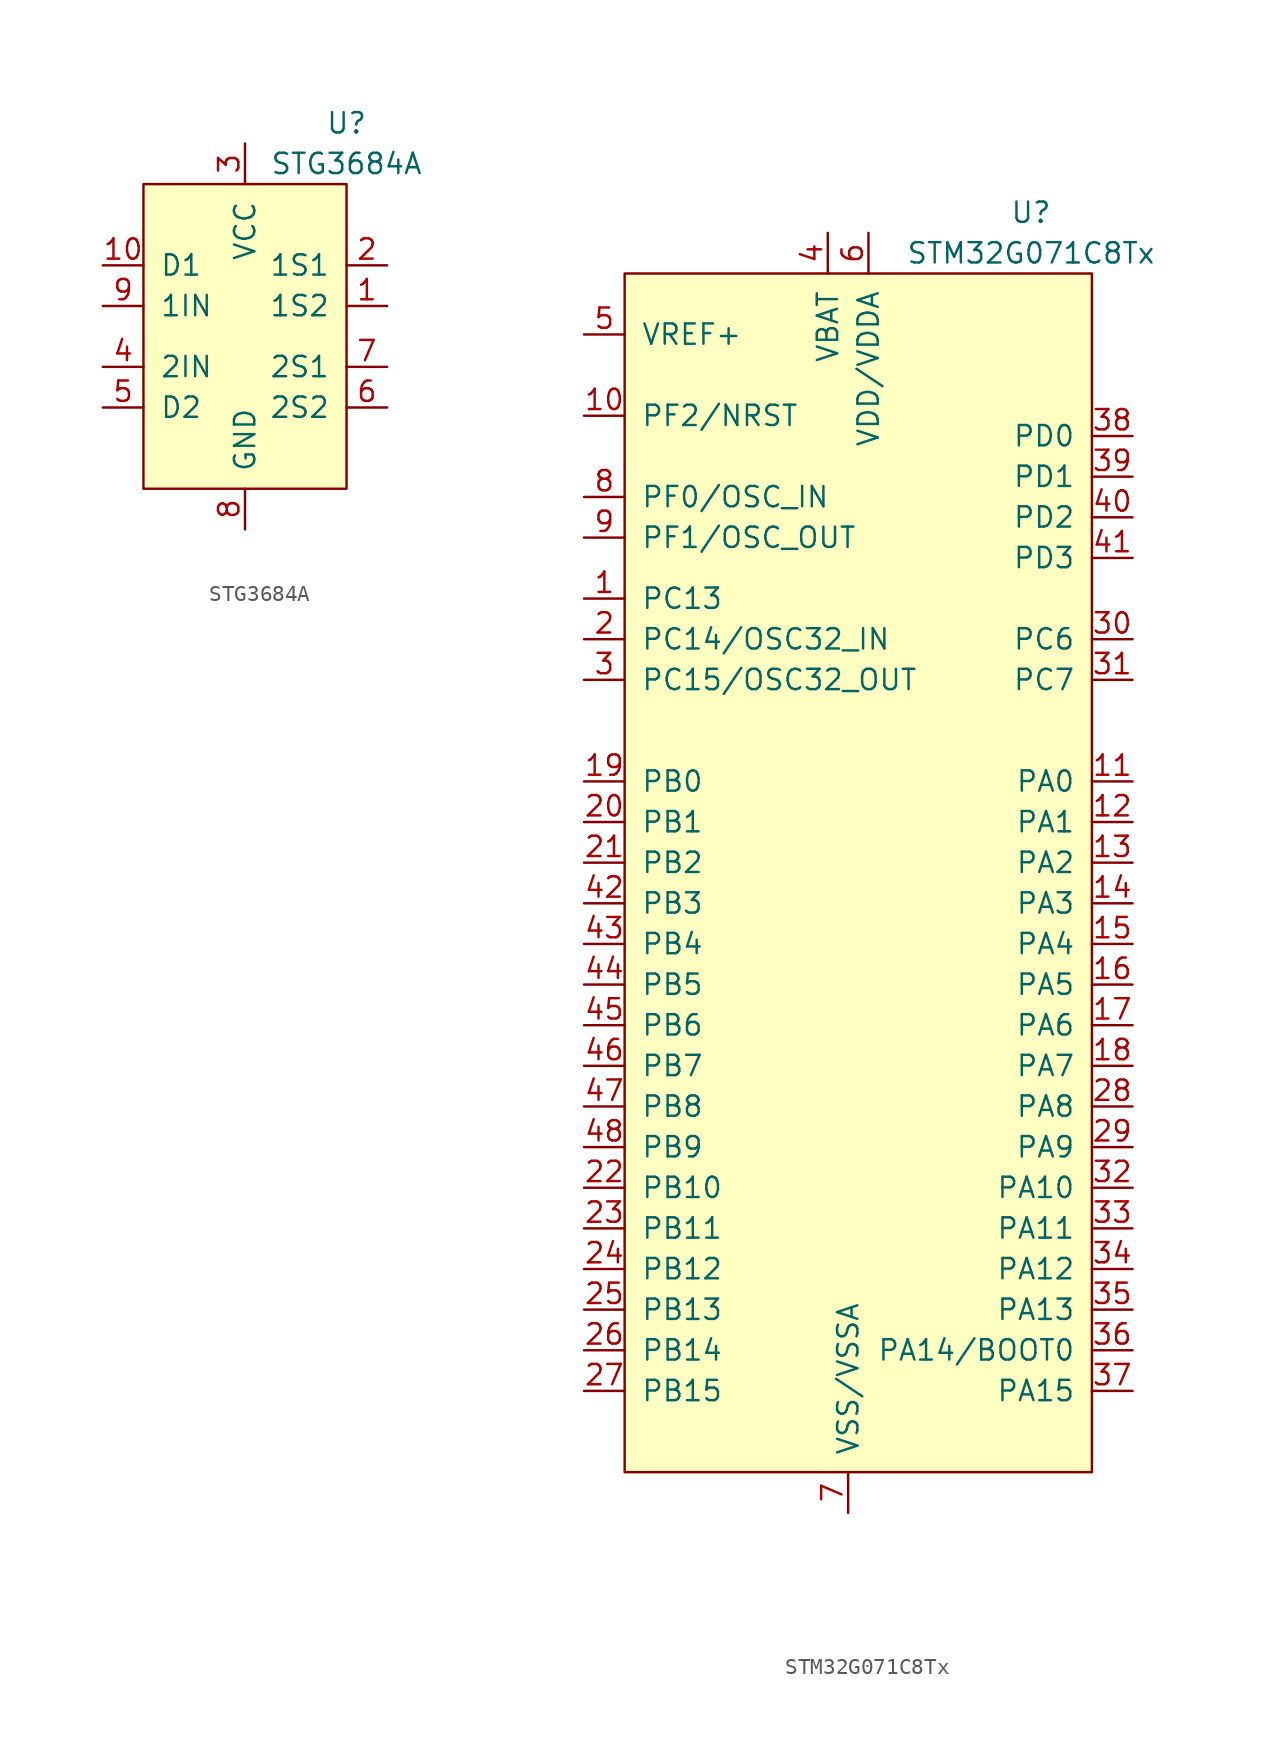
<source format=kicad_sym>
(kicad_symbol_lib
  (version 20231120)
  (generator "kicad_symbol_editor")
  (generator_version "8.0")
  (symbol "STG3684A"
    (pin_names
      (offset 1.016))
    (property "Reference" "U"
      (at 6.35 12.7 0)
      (effects (font (size 1.27 1.27))))
    (property "Value" "STG3684A"
      (at 6.35 10.16 0)
      (effects (font (size 1.27 1.27))))
    (symbol "STG3684A_0_1"
      (rectangle (start -6.35 -10.16) (end 6.35 8.89) (stroke (width 0) (type solid)) (fill (type background))))
    (symbol "STG3684A_1_1"
      (pin input line (at 8.89 1.27 180) (length 2.54) (name "1S2" (effects (font (size 1.27 1.27)))) (number "1" (effects (font (size 1.27 1.27)))))
      (pin input line (at -8.89 3.81 0) (length 2.54) (name "D1" (effects (font (size 1.27 1.27)))) (number "10" (effects (font (size 1.27 1.27)))))
      (pin input line (at 8.89 3.81 180) (length 2.54) (name "1S1" (effects (font (size 1.27 1.27)))) (number "2" (effects (font (size 1.27 1.27)))))
      (pin input line (at 0 11.43 270) (length 2.54) (name "VCC" (effects (font (size 1.27 1.27)))) (number "3" (effects (font (size 1.27 1.27)))))
      (pin input line (at -8.89 -2.54 0) (length 2.54) (name "2IN" (effects (font (size 1.27 1.27)))) (number "4" (effects (font (size 1.27 1.27)))))
      (pin input line (at -8.89 -5.08 0) (length 2.54) (name "D2" (effects (font (size 1.27 1.27)))) (number "5" (effects (font (size 1.27 1.27)))))
      (pin input line (at 8.89 -5.08 180) (length 2.54) (name "2S2" (effects (font (size 1.27 1.27)))) (number "6" (effects (font (size 1.27 1.27)))))
      (pin input line (at 8.89 -2.54 180) (length 2.54) (name "2S1" (effects (font (size 1.27 1.27)))) (number "7" (effects (font (size 1.27 1.27)))))
      (pin input line (at 0 -12.7 90) (length 2.54) (name "GND" (effects (font (size 1.27 1.27)))) (number "8" (effects (font (size 1.27 1.27)))))
      (pin input line (at -8.89 1.27 0) (length 2.54) (name "1IN" (effects (font (size 1.27 1.27)))) (number "9" (effects (font (size 1.27 1.27)))))))
  (symbol "STM32G071C8Tx"
    (pin_names
      (offset 1.016))
    (property "Reference" "U"
      (at 11.43 44.45 0)
      (effects (font (size 1.27 1.27))))
    (property "Value" "STM32G071C8Tx"
      (at 11.43 41.91 0)
      (effects (font (size 1.27 1.27))))
    (symbol "STM32G071C8Tx_0_0"
      (pin input line (at -16.51 31.75 0) (length 2.54) (name "PF2/NRST" (effects (font (size 1.27 1.27)))) (number "10" (effects (font (size 1.27 1.27)))))
      (pin input line (at 17.78 8.89 180) (length 2.54) (name "PA0" (effects (font (size 1.27 1.27)))) (number "11" (effects (font (size 1.27 1.27)))))
      (pin input line (at 17.78 6.35 180) (length 2.54) (name "PA1" (effects (font (size 1.27 1.27)))) (number "12" (effects (font (size 1.27 1.27)))))
      (pin input line (at 17.78 3.81 180) (length 2.54) (name "PA2" (effects (font (size 1.27 1.27)))) (number "13" (effects (font (size 1.27 1.27)))))
      (pin input line (at 17.78 1.27 180) (length 2.54) (name "PA3" (effects (font (size 1.27 1.27)))) (number "14" (effects (font (size 1.27 1.27)))))
      (pin input line (at 17.78 -1.27 180) (length 2.54) (name "PA4" (effects (font (size 1.27 1.27)))) (number "15" (effects (font (size 1.27 1.27)))))
      (pin input line (at 17.78 -3.81 180) (length 2.54) (name "PA5" (effects (font (size 1.27 1.27)))) (number "16" (effects (font (size 1.27 1.27)))))
      (pin input line (at 17.78 -6.35 180) (length 2.54) (name "PA6" (effects (font (size 1.27 1.27)))) (number "17" (effects (font (size 1.27 1.27)))))
      (pin input line (at 17.78 -8.89 180) (length 2.54) (name "PA7" (effects (font (size 1.27 1.27)))) (number "18" (effects (font (size 1.27 1.27)))))
      (pin input line (at -16.51 8.89 0) (length 2.54) (name "PB0" (effects (font (size 1.27 1.27)))) (number "19" (effects (font (size 1.27 1.27)))))
      (pin input line (at -16.51 6.35 0) (length 2.54) (name "PB1" (effects (font (size 1.27 1.27)))) (number "20" (effects (font (size 1.27 1.27)))))
      (pin input line (at -16.51 3.81 0) (length 2.54) (name "PB2" (effects (font (size 1.27 1.27)))) (number "21" (effects (font (size 1.27 1.27)))))
      (pin input line (at -16.51 -16.51 0) (length 2.54) (name "PB10" (effects (font (size 1.27 1.27)))) (number "22" (effects (font (size 1.27 1.27)))))
      (pin input line (at -16.51 -19.05 0) (length 2.54) (name "PB11" (effects (font (size 1.27 1.27)))) (number "23" (effects (font (size 1.27 1.27)))))
      (pin input line (at -16.51 -21.59 0) (length 2.54) (name "PB12" (effects (font (size 1.27 1.27)))) (number "24" (effects (font (size 1.27 1.27)))))
      (pin input line (at -16.51 -24.13 0) (length 2.54) (name "PB13" (effects (font (size 1.27 1.27)))) (number "25" (effects (font (size 1.27 1.27)))))
      (pin input line (at -16.51 -26.67 0) (length 2.54) (name "PB14" (effects (font (size 1.27 1.27)))) (number "26" (effects (font (size 1.27 1.27)))))
      (pin input line (at -16.51 -29.21 0) (length 2.54) (name "PB15" (effects (font (size 1.27 1.27)))) (number "27" (effects (font (size 1.27 1.27)))))
      (pin input line (at 17.78 -11.43 180) (length 2.54) (name "PA8" (effects (font (size 1.27 1.27)))) (number "28" (effects (font (size 1.27 1.27)))))
      (pin input line (at 17.78 -13.97 180) (length 2.54) (name "PA9" (effects (font (size 1.27 1.27)))) (number "29" (effects (font (size 1.27 1.27)))))
      (pin input line (at 17.78 17.78 180) (length 2.54) (name "PC6" (effects (font (size 1.27 1.27)))) (number "30" (effects (font (size 1.27 1.27)))))
      (pin input line (at 17.78 15.24 180) (length 2.54) (name "PC7" (effects (font (size 1.27 1.27)))) (number "31" (effects (font (size 1.27 1.27)))))
      (pin input line (at 17.78 -16.51 180) (length 2.54) (name "PA10" (effects (font (size 1.27 1.27)))) (number "32" (effects (font (size 1.27 1.27)))))
      (pin input line (at 17.78 -19.05 180) (length 2.54) (name "PA11" (effects (font (size 1.27 1.27)))) (number "33" (effects (font (size 1.27 1.27)))))
      (pin input line (at 17.78 -21.59 180) (length 2.54) (name "PA12" (effects (font (size 1.27 1.27)))) (number "34" (effects (font (size 1.27 1.27)))))
      (pin input line (at 17.78 -24.13 180) (length 2.54) (name "PA13" (effects (font (size 1.27 1.27)))) (number "35" (effects (font (size 1.27 1.27)))))
      (pin input line (at 17.78 -26.67 180) (length 2.54) (name "PA14/BOOT0" (effects (font (size 1.27 1.27)))) (number "36" (effects (font (size 1.27 1.27)))))
      (pin input line (at 17.78 -29.21 180) (length 2.54) (name "PA15" (effects (font (size 1.27 1.27)))) (number "37" (effects (font (size 1.27 1.27)))))
      (pin input line (at 17.78 30.48 180) (length 2.54) (name "PD0" (effects (font (size 1.27 1.27)))) (number "38" (effects (font (size 1.27 1.27)))))
      (pin input line (at 17.78 27.94 180) (length 2.54) (name "PD1" (effects (font (size 1.27 1.27)))) (number "39" (effects (font (size 1.27 1.27)))))
      (pin input line (at 17.78 25.4 180) (length 2.54) (name "PD2" (effects (font (size 1.27 1.27)))) (number "40" (effects (font (size 1.27 1.27)))))
      (pin input line (at 17.78 22.86 180) (length 2.54) (name "PD3" (effects (font (size 1.27 1.27)))) (number "41" (effects (font (size 1.27 1.27)))))
      (pin input line (at -16.51 1.27 0) (length 2.54) (name "PB3" (effects (font (size 1.27 1.27)))) (number "42" (effects (font (size 1.27 1.27)))))
      (pin input line (at -16.51 -1.27 0) (length 2.54) (name "PB4" (effects (font (size 1.27 1.27)))) (number "43" (effects (font (size 1.27 1.27)))))
      (pin input line (at -16.51 -3.81 0) (length 2.54) (name "PB5" (effects (font (size 1.27 1.27)))) (number "44" (effects (font (size 1.27 1.27)))))
      (pin input line (at -16.51 -6.35 0) (length 2.54) (name "PB6" (effects (font (size 1.27 1.27)))) (number "45" (effects (font (size 1.27 1.27)))))
      (pin input line (at -16.51 -8.89 0) (length 2.54) (name "PB7" (effects (font (size 1.27 1.27)))) (number "46" (effects (font (size 1.27 1.27)))))
      (pin input line (at -16.51 -11.43 0) (length 2.54) (name "PB8" (effects (font (size 1.27 1.27)))) (number "47" (effects (font (size 1.27 1.27)))))
      (pin input line (at -16.51 -13.97 0) (length 2.54) (name "PB9" (effects (font (size 1.27 1.27)))) (number "48" (effects (font (size 1.27 1.27)))))
      (pin input line (at -16.51 36.83 0) (length 2.54) (name "VREF+" (effects (font (size 1.27 1.27)))) (number "5" (effects (font (size 1.27 1.27)))))
      (pin power_in line (at 1.27 43.18 270) (length 2.54) (name "VDD/VDDA" (effects (font (size 1.27 1.27)))) (number "6" (effects (font (size 1.27 1.27)))))
      (pin power_in line (at 0 -36.83 90) (length 2.54) (name "VSS/VSSA" (effects (font (size 1.27 1.27)))) (number "7" (effects (font (size 1.27 1.27)))))
      (pin input line (at -16.51 24.13 0) (length 2.54) (name "PF1/OSC_OUT" (effects (font (size 1.27 1.27)))) (number "9" (effects (font (size 1.27 1.27))))))
    (symbol "STM32G071C8Tx_0_1"
      (rectangle (start -13.97 40.64) (end 15.24 -34.29) (stroke (width 0) (type solid)) (fill (type background))))
    (symbol "STM32G071C8Tx_1_1"
      (pin input line (at -16.51 20.32 0) (length 2.54) (name "PC13" (effects (font (size 1.27 1.27)))) (number "1" (effects (font (size 1.27 1.27)))))
      (pin input line (at -16.51 17.78 0) (length 2.54) (name "PC14/OSC32_IN" (effects (font (size 1.27 1.27)))) (number "2" (effects (font (size 1.27 1.27)))))
      (pin input line (at -16.51 15.24 0) (length 2.54) (name "PC15/OSC32_OUT" (effects (font (size 1.27 1.27)))) (number "3" (effects (font (size 1.27 1.27)))))
      (pin power_in line (at -1.27 43.18 270) (length 2.54) (name "VBAT" (effects (font (size 1.27 1.27)))) (number "4" (effects (font (size 1.27 1.27)))))
      (pin input line (at -16.51 26.67 0) (length 2.54) (name "PF0/OSC_IN" (effects (font (size 1.27 1.27)))) (number "8" (effects (font (size 1.27 1.27))))))))
</source>
